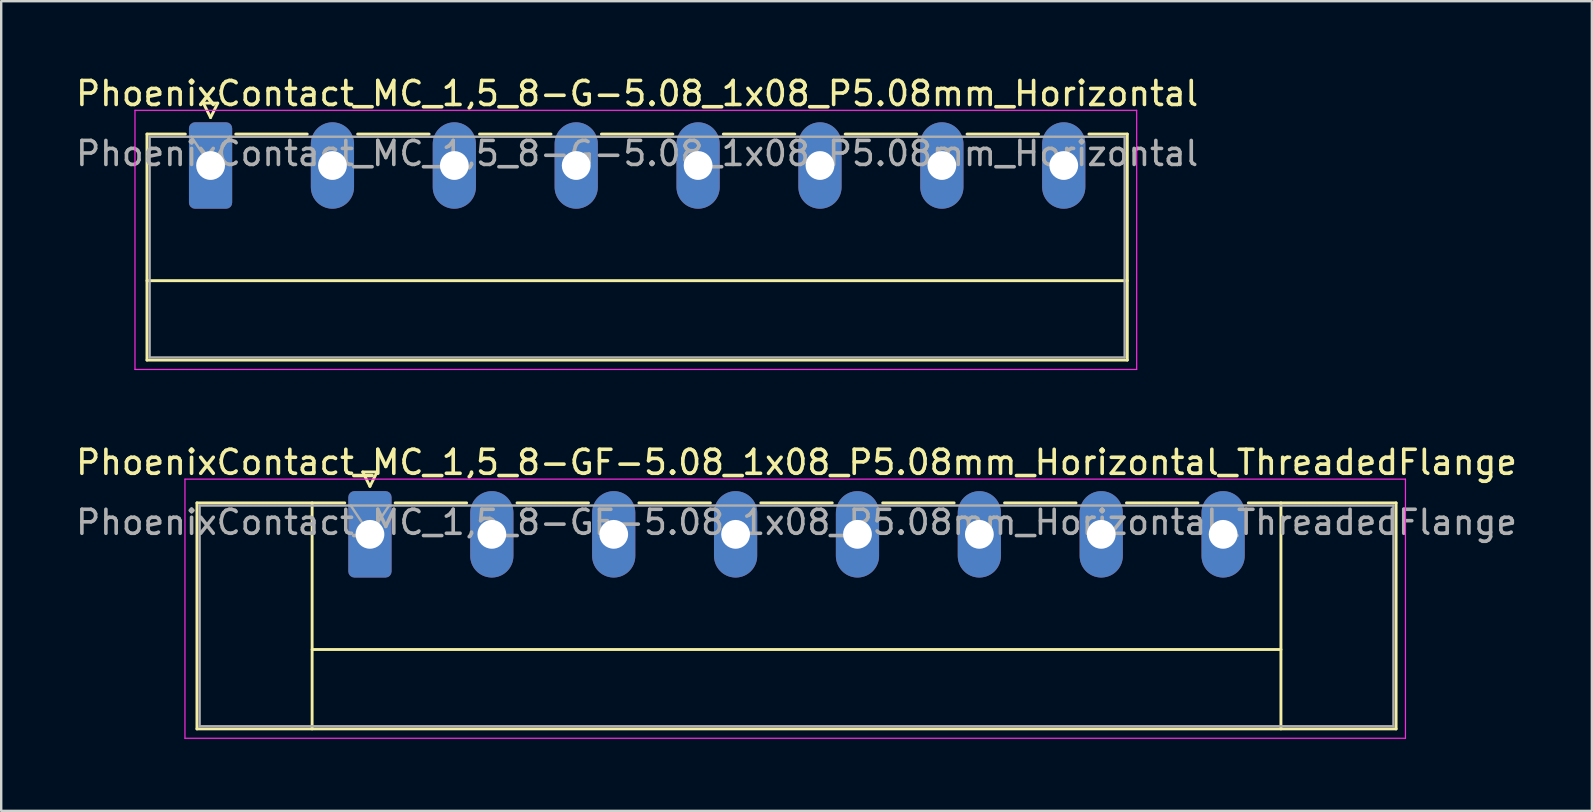
<source format=kicad_pcb>
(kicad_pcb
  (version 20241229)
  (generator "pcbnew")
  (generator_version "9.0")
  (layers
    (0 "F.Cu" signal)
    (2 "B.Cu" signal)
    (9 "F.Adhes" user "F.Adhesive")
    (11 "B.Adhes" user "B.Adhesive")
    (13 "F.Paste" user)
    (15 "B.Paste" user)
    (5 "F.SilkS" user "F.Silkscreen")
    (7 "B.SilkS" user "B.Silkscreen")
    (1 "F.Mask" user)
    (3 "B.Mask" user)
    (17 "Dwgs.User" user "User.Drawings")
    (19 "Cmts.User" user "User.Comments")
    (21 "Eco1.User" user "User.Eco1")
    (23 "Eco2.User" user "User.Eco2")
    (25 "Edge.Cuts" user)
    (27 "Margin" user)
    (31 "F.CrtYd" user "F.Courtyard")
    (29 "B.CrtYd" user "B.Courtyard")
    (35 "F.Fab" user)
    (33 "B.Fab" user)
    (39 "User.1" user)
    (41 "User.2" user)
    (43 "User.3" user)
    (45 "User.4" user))
  (footprint "PhoenixContact_MC_1,5_8-G-5.08_1x08_P5.08mm_Horizontal"
    (layer "F.Cu")
    (at 5.726 3.848)
    (property "Reference" "PhoenixContact_MC_1,5_8-G-5.08_1x08_P5.08mm_Horizontal" (at 17.78 -3 0) (layer "F.SilkS") (effects (font (size 1 1) (thickness 0.15))))
    (attr through_hole)
    (fp_line (start -2.65 -1.31) (end -2.65 8.11) (stroke (width 0.12) (type solid)) (layer "F.SilkS"))
    (fp_line (start -2.65 -1.31) (end -1.05 -1.31) (stroke (width 0.12) (type solid)) (layer "F.SilkS"))
    (fp_line (start -2.65 4.8) (end 38.21 4.8) (stroke (width 0.12) (type solid)) (layer "F.SilkS"))
    (fp_line (start -2.65 8.11) (end 38.21 8.11) (stroke (width 0.12) (type solid)) (layer "F.SilkS"))
    (fp_line (start -0.3 -2.6) (end 0.3 -2.6) (stroke (width 0.12) (type solid)) (layer "F.SilkS"))
    (fp_line (start 0 -2) (end -0.3 -2.6) (stroke (width 0.12) (type solid)) (layer "F.SilkS"))
    (fp_line (start 0.3 -2.6) (end 0 -2) (stroke (width 0.12) (type solid)) (layer "F.SilkS"))
    (fp_line (start 1.05 -1.31) (end 4.03 -1.31) (stroke (width 0.12) (type solid)) (layer "F.SilkS"))
    (fp_line (start 6.13 -1.31) (end 9.11 -1.31) (stroke (width 0.12) (type solid)) (layer "F.SilkS"))
    (fp_line (start 11.21 -1.31) (end 14.19 -1.31) (stroke (width 0.12) (type solid)) (layer "F.SilkS"))
    (fp_line (start 16.29 -1.31) (end 19.27 -1.31) (stroke (width 0.12) (type solid)) (layer "F.SilkS"))
    (fp_line (start 21.37 -1.31) (end 24.35 -1.31) (stroke (width 0.12) (type solid)) (layer "F.SilkS"))
    (fp_line (start 26.45 -1.31) (end 29.43 -1.31) (stroke (width 0.12) (type solid)) (layer "F.SilkS"))
    (fp_line (start 31.53 -1.31) (end 34.51 -1.31) (stroke (width 0.12) (type solid)) (layer "F.SilkS"))
    (fp_line (start 38.21 -1.31) (end 36.61 -1.31) (stroke (width 0.12) (type solid)) (layer "F.SilkS"))
    (fp_line (start 38.21 8.11) (end 38.21 -1.31) (stroke (width 0.12) (type solid)) (layer "F.SilkS"))
    (fp_line (start -3.15 -2.3) (end -3.15 8.5) (stroke (width 0.05) (type solid)) (layer "F.CrtYd"))
    (fp_line (start -3.15 8.5) (end 38.6 8.5) (stroke (width 0.05) (type solid)) (layer "F.CrtYd"))
    (fp_line (start 38.6 -2.3) (end -3.15 -2.3) (stroke (width 0.05) (type solid)) (layer "F.CrtYd"))
    (fp_line (start 38.6 8.5) (end 38.6 -2.3) (stroke (width 0.05) (type solid)) (layer "F.CrtYd"))
    (fp_line (start -2.54 -1.2) (end -2.54 8) (stroke (width 0.1) (type solid)) (layer "F.Fab"))
    (fp_line (start -2.54 8) (end 38.1 8) (stroke (width 0.1) (type solid)) (layer "F.Fab"))
    (fp_line (start 0 0) (end -0.8 -1.2) (stroke (width 0.1) (type solid)) (layer "F.Fab"))
    (fp_line (start 0.8 -1.2) (end 0 0) (stroke (width 0.1) (type solid)) (layer "F.Fab"))
    (fp_line (start 38.1 -1.2) (end -2.54 -1.2) (stroke (width 0.1) (type solid)) (layer "F.Fab"))
    (fp_line (start 38.1 8) (end 38.1 -1.2) (stroke (width 0.1) (type solid)) (layer "F.Fab"))
    (fp_text user "${REFERENCE}" (at 17.78 -0.5 0) (layer "F.Fab") (effects (font (size 1 1) (thickness 0.15))))
    (pad "1" thru_hole roundrect (at 0 0) (size 1.8 3.6) (drill 1.2) (layers "*.Cu" "*.Mask") (roundrect_rratio 0.139))
    (pad "2" thru_hole oval (at 5.08 0) (size 1.8 3.6) (drill 1.2) (layers "*.Cu" "*.Mask"))
    (pad "3" thru_hole oval (at 10.16 0) (size 1.8 3.6) (drill 1.2) (layers "*.Cu" "*.Mask"))
    (pad "4" thru_hole oval (at 15.24 0) (size 1.8 3.6) (drill 1.2) (layers "*.Cu" "*.Mask"))
    (pad "5" thru_hole oval (at 20.32 0) (size 1.8 3.6) (drill 1.2) (layers "*.Cu" "*.Mask"))
    (pad "6" thru_hole oval (at 25.4 0) (size 1.8 3.6) (drill 1.2) (layers "*.Cu" "*.Mask"))
    (pad "7" thru_hole oval (at 30.48 0) (size 1.8 3.6) (drill 1.2) (layers "*.Cu" "*.Mask"))
    (pad "8" thru_hole oval (at 35.56 0) (size 1.8 3.6) (drill 1.2) (layers "*.Cu" "*.Mask")))
  (footprint "PhoenixContact_MC_1,5_8-GF-5.08_1x08_P5.08mm_Horizontal_ThreadedFlange"
    (layer "F.Cu")
    (at 12.369 19.221)
    (property "Reference" "PhoenixContact_MC_1,5_8-GF-5.08_1x08_P5.08mm_Horizontal_ThreadedFlange" (at 17.78 -3 0) (layer "F.SilkS") (effects (font (size 1 1) (thickness 0.15))))
    (attr through_hole)
    (fp_line (start -7.21 -1.31) (end -7.21 8.11) (stroke (width 0.12) (type solid)) (layer "F.SilkS"))
    (fp_line (start -7.21 -1.31) (end -1.05 -1.31) (stroke (width 0.12) (type solid)) (layer "F.SilkS"))
    (fp_line (start -7.21 8.11) (end 42.77 8.11) (stroke (width 0.12) (type solid)) (layer "F.SilkS"))
    (fp_line (start -2.41 -1.31) (end -2.41 8.11) (stroke (width 0.12) (type solid)) (layer "F.SilkS"))
    (fp_line (start -2.41 4.8) (end 37.97 4.8) (stroke (width 0.12) (type solid)) (layer "F.SilkS"))
    (fp_line (start -0.3 -2.6) (end 0.3 -2.6) (stroke (width 0.12) (type solid)) (layer "F.SilkS"))
    (fp_line (start 0 -2) (end -0.3 -2.6) (stroke (width 0.12) (type solid)) (layer "F.SilkS"))
    (fp_line (start 0.3 -2.6) (end 0 -2) (stroke (width 0.12) (type solid)) (layer "F.SilkS"))
    (fp_line (start 1.05 -1.31) (end 4.03 -1.31) (stroke (width 0.12) (type solid)) (layer "F.SilkS"))
    (fp_line (start 6.13 -1.31) (end 9.11 -1.31) (stroke (width 0.12) (type solid)) (layer "F.SilkS"))
    (fp_line (start 11.21 -1.31) (end 14.19 -1.31) (stroke (width 0.12) (type solid)) (layer "F.SilkS"))
    (fp_line (start 16.29 -1.31) (end 19.27 -1.31) (stroke (width 0.12) (type solid)) (layer "F.SilkS"))
    (fp_line (start 21.37 -1.31) (end 24.35 -1.31) (stroke (width 0.12) (type solid)) (layer "F.SilkS"))
    (fp_line (start 26.45 -1.31) (end 29.43 -1.31) (stroke (width 0.12) (type solid)) (layer "F.SilkS"))
    (fp_line (start 31.53 -1.31) (end 34.51 -1.31) (stroke (width 0.12) (type solid)) (layer "F.SilkS"))
    (fp_line (start 37.97 -1.31) (end 37.97 8.11) (stroke (width 0.12) (type solid)) (layer "F.SilkS"))
    (fp_line (start 42.77 -1.31) (end 36.61 -1.31) (stroke (width 0.12) (type solid)) (layer "F.SilkS"))
    (fp_line (start 42.77 8.11) (end 42.77 -1.31) (stroke (width 0.12) (type solid)) (layer "F.SilkS"))
    (fp_line (start -7.71 -2.3) (end -7.71 8.5) (stroke (width 0.05) (type solid)) (layer "F.CrtYd"))
    (fp_line (start -7.71 8.5) (end 43.16 8.5) (stroke (width 0.05) (type solid)) (layer "F.CrtYd"))
    (fp_line (start 43.16 -2.3) (end -7.71 -2.3) (stroke (width 0.05) (type solid)) (layer "F.CrtYd"))
    (fp_line (start 43.16 8.5) (end 43.16 -2.3) (stroke (width 0.05) (type solid)) (layer "F.CrtYd"))
    (fp_line (start -7.1 -1.2) (end -7.1 8) (stroke (width 0.1) (type solid)) (layer "F.Fab"))
    (fp_line (start -7.1 8) (end 42.66 8) (stroke (width 0.1) (type solid)) (layer "F.Fab"))
    (fp_line (start 0 0) (end -0.8 -1.2) (stroke (width 0.1) (type solid)) (layer "F.Fab"))
    (fp_line (start 0.8 -1.2) (end 0 0) (stroke (width 0.1) (type solid)) (layer "F.Fab"))
    (fp_line (start 42.66 -1.2) (end -7.1 -1.2) (stroke (width 0.1) (type solid)) (layer "F.Fab"))
    (fp_line (start 42.66 8) (end 42.66 -1.2) (stroke (width 0.1) (type solid)) (layer "F.Fab"))
    (fp_text user "${REFERENCE}" (at 17.78 -0.5 0) (layer "F.Fab") (effects (font (size 1 1) (thickness 0.15))))
    (pad "1" thru_hole roundrect (at 0 0) (size 1.8 3.6) (drill 1.2) (layers "*.Cu" "*.Mask") (roundrect_rratio 0.139))
    (pad "2" thru_hole oval (at 5.08 0) (size 1.8 3.6) (drill 1.2) (layers "*.Cu" "*.Mask"))
    (pad "3" thru_hole oval (at 10.16 0) (size 1.8 3.6) (drill 1.2) (layers "*.Cu" "*.Mask"))
    (pad "4" thru_hole oval (at 15.24 0) (size 1.8 3.6) (drill 1.2) (layers "*.Cu" "*.Mask"))
    (pad "5" thru_hole oval (at 20.32 0) (size 1.8 3.6) (drill 1.2) (layers "*.Cu" "*.Mask"))
    (pad "6" thru_hole oval (at 25.4 0) (size 1.8 3.6) (drill 1.2) (layers "*.Cu" "*.Mask"))
    (pad "7" thru_hole oval (at 30.48 0) (size 1.8 3.6) (drill 1.2) (layers "*.Cu" "*.Mask"))
    (pad "8" thru_hole oval (at 35.56 0) (size 1.8 3.6) (drill 1.2) (layers "*.Cu" "*.Mask")))
  (gr_rect
    (start -3 -3)
    (end 63.298 30.747)
    (stroke (width 0.1) (type default))
    (fill no)
    (layer "Edge.Cuts")))
</source>
